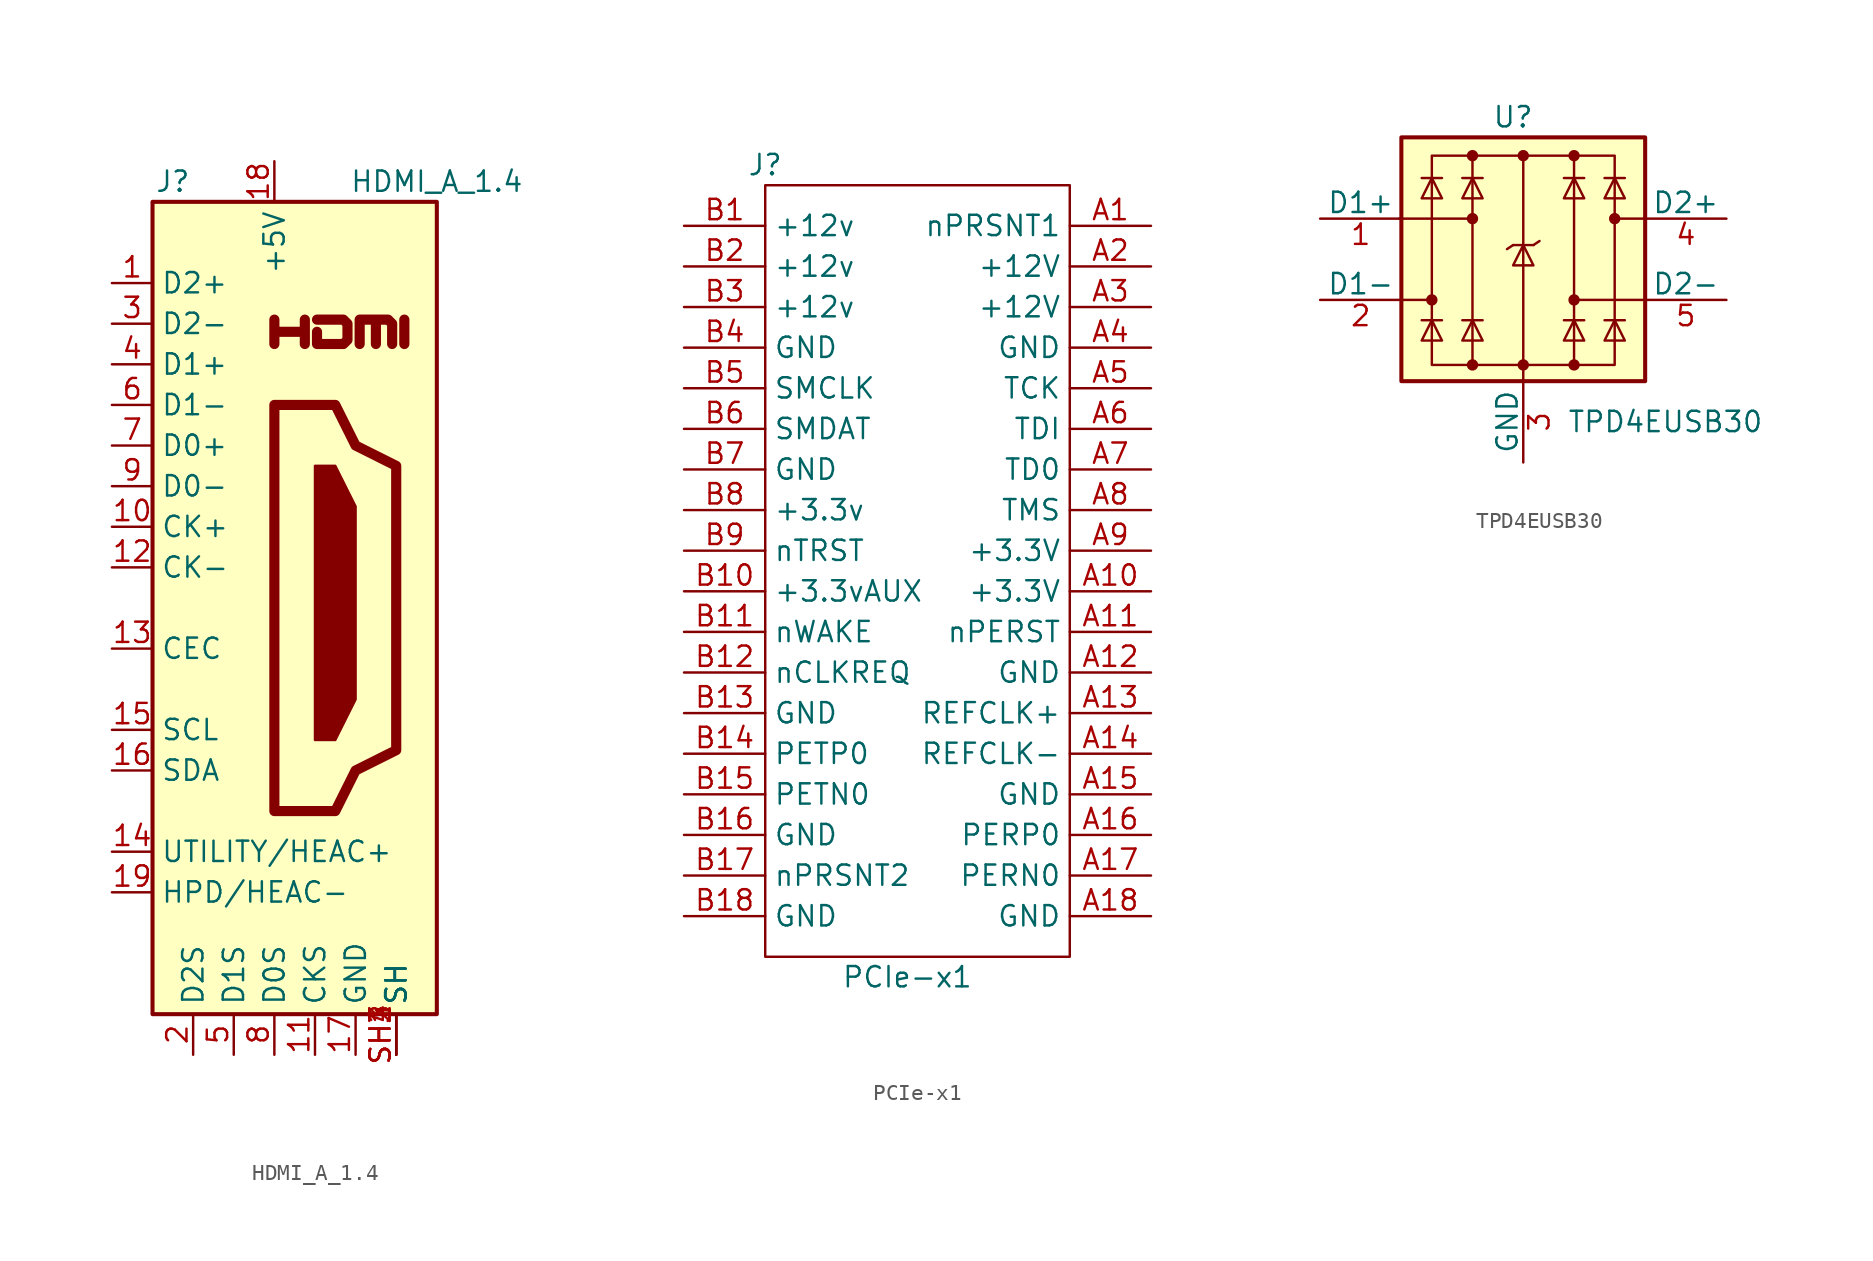
<source format=kicad_sym>
(kicad_symbol_lib
  (version 20201005)
  (generator kicad_symbol_editor)
  (symbol "ioboard:HDMI_A_1.4"
    (property "Reference" "J"
      (at -6.35 26.67 0)
      (effects (font (size 1.27 1.27))))
    (property "Value" "HDMI_A_1.4"
      (at 10.16 26.67 0)
      (effects (font (size 1.27 1.27))))
    (symbol "HDMI_A_1.4_0_0"
      (polyline (pts (xy 8.128 16.51) (xy 8.128 18.034)) (stroke (width 0.635)) (fill (type none)))
      (polyline (pts (xy 0 16.51) (xy 0 18.034) (xy 0 17.272) (xy 1.905 17.272) (xy 1.905 18.034) (xy 1.905 16.51)) (stroke (width 0.635)) (fill (type none)))
      (polyline (pts (xy 2.667 18.034) (xy 4.318 18.034) (xy 4.572 17.78) (xy 4.572 16.764) (xy 4.318 16.51) (xy 2.667 16.51) (xy 2.667 17.272)) (stroke (width 0.635)) (fill (type none)))
      (pin passive line (at 7.62 -27.94 90) (length 2.54) (name "SH" (effects (font (size 1.27 1.27)))) (number "SH2" (effects (font (size 1.27 1.27)))))
      (pin passive line (at 7.62 -27.94 90) (length 2.54) (name "SH" (effects (font (size 1.27 1.27)))) (number "SH3" (effects (font (size 1.27 1.27)))))
      (pin passive line (at 7.62 -27.94 90) (length 2.54) (name "SH" (effects (font (size 1.27 1.27)))) (number "SH4" (effects (font (size 1.27 1.27))))))
    (symbol "HDMI_A_1.4_0_1"
      (rectangle (start -7.62 25.4) (end 10.16 -25.4) (stroke (width 0.254)) (fill (type background)))
      (polyline (pts (xy 5.334 16.51) (xy 5.334 18.034) (xy 6.35 18.034) (xy 6.35 16.51) (xy 6.35 18.034) (xy 7.112 18.034) (xy 7.366 17.78) (xy 7.366 16.51)) (stroke (width 0.635)) (fill (type none)))
      (polyline (pts (xy 0 12.7) (xy 0 -12.7) (xy 3.81 -12.7) (xy 5.08 -10.16) (xy 7.62 -8.89) (xy 7.62 8.89) (xy 5.08 10.16) (xy 3.81 12.7) (xy 0 12.7)) (stroke (width 0.635)) (fill (type none)))
      (polyline (pts (xy 2.54 8.89) (xy 3.81 8.89) (xy 5.08 6.35) (xy 5.08 -5.715) (xy 3.81 -8.255) (xy 2.54 -8.255) (xy 2.54 8.89)) (stroke (width 0)) (fill (type outline))))
    (symbol "HDMI_A_1.4_1_1"
      (pin passive line (at -10.16 20.32 0) (length 2.54) (name "D2+" (effects (font (size 1.27 1.27)))) (number "1" (effects (font (size 1.27 1.27)))))
      (pin passive line (at -10.16 5.08 0) (length 2.54) (name "CK+" (effects (font (size 1.27 1.27)))) (number "10" (effects (font (size 1.27 1.27)))))
      (pin power_in line (at 2.54 -27.94 90) (length 2.54) (name "CKS" (effects (font (size 1.27 1.27)))) (number "11" (effects (font (size 1.27 1.27)))))
      (pin passive line (at -10.16 2.54 0) (length 2.54) (name "CK-" (effects (font (size 1.27 1.27)))) (number "12" (effects (font (size 1.27 1.27)))))
      (pin bidirectional line (at -10.16 -2.54 0) (length 2.54) (name "CEC" (effects (font (size 1.27 1.27)))) (number "13" (effects (font (size 1.27 1.27)))))
      (pin passive line (at -10.16 -15.24 0) (length 2.54) (name "UTILITY/HEAC+" (effects (font (size 1.27 1.27)))) (number "14" (effects (font (size 1.27 1.27)))))
      (pin passive line (at -10.16 -7.62 0) (length 2.54) (name "SCL" (effects (font (size 1.27 1.27)))) (number "15" (effects (font (size 1.27 1.27)))))
      (pin bidirectional line (at -10.16 -10.16 0) (length 2.54) (name "SDA" (effects (font (size 1.27 1.27)))) (number "16" (effects (font (size 1.27 1.27)))))
      (pin power_in line (at 5.08 -27.94 90) (length 2.54) (name "GND" (effects (font (size 1.27 1.27)))) (number "17" (effects (font (size 1.27 1.27)))))
      (pin power_in line (at 0 27.94 270) (length 2.54) (name "+5V" (effects (font (size 1.27 1.27)))) (number "18" (effects (font (size 1.27 1.27)))))
      (pin passive line (at -10.16 -17.78 0) (length 2.54) (name "HPD/HEAC-" (effects (font (size 1.27 1.27)))) (number "19" (effects (font (size 1.27 1.27)))))
      (pin power_in line (at -5.08 -27.94 90) (length 2.54) (name "D2S" (effects (font (size 1.27 1.27)))) (number "2" (effects (font (size 1.27 1.27)))))
      (pin passive line (at -10.16 17.78 0) (length 2.54) (name "D2-" (effects (font (size 1.27 1.27)))) (number "3" (effects (font (size 1.27 1.27)))))
      (pin passive line (at -10.16 15.24 0) (length 2.54) (name "D1+" (effects (font (size 1.27 1.27)))) (number "4" (effects (font (size 1.27 1.27)))))
      (pin power_in line (at -2.54 -27.94 90) (length 2.54) (name "D1S" (effects (font (size 1.27 1.27)))) (number "5" (effects (font (size 1.27 1.27)))))
      (pin passive line (at -10.16 12.7 0) (length 2.54) (name "D1-" (effects (font (size 1.27 1.27)))) (number "6" (effects (font (size 1.27 1.27)))))
      (pin passive line (at -10.16 10.16 0) (length 2.54) (name "D0+" (effects (font (size 1.27 1.27)))) (number "7" (effects (font (size 1.27 1.27)))))
      (pin power_in line (at 0 -27.94 90) (length 2.54) (name "D0S" (effects (font (size 1.27 1.27)))) (number "8" (effects (font (size 1.27 1.27)))))
      (pin passive line (at -10.16 7.62 0) (length 2.54) (name "D0-" (effects (font (size 1.27 1.27)))) (number "9" (effects (font (size 1.27 1.27)))))
      (pin passive line (at 7.62 -27.94 90) (length 2.54) (name "SH" (effects (font (size 1.27 1.27)))) (number "SH1" (effects (font (size 1.27 1.27)))))))
  (symbol "ioboard:PCIe-x1"
    (property "Reference" "J"
      (at -13.97 36.83 0)
      (effects (font (size 1.27 1.27))))
    (property "Value" "PCIe-x1"
      (at -5.08 -13.97 0)
      (effects (font (size 1.27 1.27))))
    (symbol "PCIe-x1_0_0"
      (pin passive line (at 10.16 33.02 180) (length 5.08) (name "nPRSNT1" (effects (font (size 1.27 1.27)))) (number "A1" (effects (font (size 1.27 1.27)))))
      (pin power_in line (at 10.16 10.16 180) (length 5.08) (name "+3.3V" (effects (font (size 1.27 1.27)))) (number "A10" (effects (font (size 1.27 1.27)))))
      (pin input line (at 10.16 7.62 180) (length 5.08) (name "nPERST" (effects (font (size 1.27 1.27)))) (number "A11" (effects (font (size 1.27 1.27)))))
      (pin power_in line (at 10.16 5.08 180) (length 5.08) (name "GND" (effects (font (size 1.27 1.27)))) (number "A12" (effects (font (size 1.27 1.27)))))
      (pin input line (at 10.16 2.54 180) (length 5.08) (name "REFCLK+" (effects (font (size 1.27 1.27)))) (number "A13" (effects (font (size 1.27 1.27)))))
      (pin input line (at 10.16 0 180) (length 5.08) (name "REFCLK-" (effects (font (size 1.27 1.27)))) (number "A14" (effects (font (size 1.27 1.27)))))
      (pin power_in line (at 10.16 -2.54 180) (length 5.08) (name "GND" (effects (font (size 1.27 1.27)))) (number "A15" (effects (font (size 1.27 1.27)))))
      (pin output line (at 10.16 -5.08 180) (length 5.08) (name "PERP0" (effects (font (size 1.27 1.27)))) (number "A16" (effects (font (size 1.27 1.27)))))
      (pin output line (at 10.16 -7.62 180) (length 5.08) (name "PERN0" (effects (font (size 1.27 1.27)))) (number "A17" (effects (font (size 1.27 1.27)))))
      (pin power_in line (at 10.16 -10.16 180) (length 5.08) (name "GND" (effects (font (size 1.27 1.27)))) (number "A18" (effects (font (size 1.27 1.27)))))
      (pin power_in line (at 10.16 30.48 180) (length 5.08) (name "+12V" (effects (font (size 1.27 1.27)))) (number "A2" (effects (font (size 1.27 1.27)))))
      (pin power_in line (at 10.16 27.94 180) (length 5.08) (name "+12V" (effects (font (size 1.27 1.27)))) (number "A3" (effects (font (size 1.27 1.27)))))
      (pin power_in line (at 10.16 25.4 180) (length 5.08) (name "GND" (effects (font (size 1.27 1.27)))) (number "A4" (effects (font (size 1.27 1.27)))))
      (pin input line (at 10.16 22.86 180) (length 5.08) (name "TCK" (effects (font (size 1.27 1.27)))) (number "A5" (effects (font (size 1.27 1.27)))))
      (pin input line (at 10.16 20.32 180) (length 5.08) (name "TDI" (effects (font (size 1.27 1.27)))) (number "A6" (effects (font (size 1.27 1.27)))))
      (pin output line (at 10.16 17.78 180) (length 5.08) (name "TD0" (effects (font (size 1.27 1.27)))) (number "A7" (effects (font (size 1.27 1.27)))))
      (pin input line (at 10.16 15.24 180) (length 5.08) (name "TMS" (effects (font (size 1.27 1.27)))) (number "A8" (effects (font (size 1.27 1.27)))))
      (pin power_in line (at 10.16 12.7 180) (length 5.08) (name "+3.3V" (effects (font (size 1.27 1.27)))) (number "A9" (effects (font (size 1.27 1.27)))))
      (pin power_in line (at -19.05 33.02 0) (length 5.08) (name "+12v" (effects (font (size 1.27 1.27)))) (number "B1" (effects (font (size 1.27 1.27)))))
      (pin power_in line (at -19.05 10.16 0) (length 5.08) (name "+3.3vAUX" (effects (font (size 1.27 1.27)))) (number "B10" (effects (font (size 1.27 1.27)))))
      (pin open_collector line (at -19.05 7.62 0) (length 5.08) (name "nWAKE" (effects (font (size 1.27 1.27)))) (number "B11" (effects (font (size 1.27 1.27)))))
      (pin open_collector line (at -19.05 5.08 0) (length 5.08) (name "nCLKREQ" (effects (font (size 1.27 1.27)))) (number "B12" (effects (font (size 1.27 1.27)))))
      (pin power_in line (at -19.05 2.54 0) (length 5.08) (name "GND" (effects (font (size 1.27 1.27)))) (number "B13" (effects (font (size 1.27 1.27)))))
      (pin input line (at -19.05 0 0) (length 5.08) (name "PETP0" (effects (font (size 1.27 1.27)))) (number "B14" (effects (font (size 1.27 1.27)))))
      (pin input line (at -19.05 -2.54 0) (length 5.08) (name "PETN0" (effects (font (size 1.27 1.27)))) (number "B15" (effects (font (size 1.27 1.27)))))
      (pin power_in line (at -19.05 -5.08 0) (length 5.08) (name "GND" (effects (font (size 1.27 1.27)))) (number "B16" (effects (font (size 1.27 1.27)))))
      (pin passive line (at -19.05 -7.62 0) (length 5.08) (name "nPRSNT2" (effects (font (size 1.27 1.27)))) (number "B17" (effects (font (size 1.27 1.27)))))
      (pin power_in line (at -19.05 -10.16 0) (length 5.08) (name "GND" (effects (font (size 1.27 1.27)))) (number "B18" (effects (font (size 1.27 1.27)))))
      (pin power_in line (at -19.05 30.48 0) (length 5.08) (name "+12v" (effects (font (size 1.27 1.27)))) (number "B2" (effects (font (size 1.27 1.27)))))
      (pin power_in line (at -19.05 27.94 0) (length 5.08) (name "+12v" (effects (font (size 1.27 1.27)))) (number "B3" (effects (font (size 1.27 1.27)))))
      (pin power_in line (at -19.05 25.4 0) (length 5.08) (name "GND" (effects (font (size 1.27 1.27)))) (number "B4" (effects (font (size 1.27 1.27)))))
      (pin passive line (at -19.05 22.86 0) (length 5.08) (name "SMCLK" (effects (font (size 1.27 1.27)))) (number "B5" (effects (font (size 1.27 1.27)))))
      (pin passive line (at -19.05 20.32 0) (length 5.08) (name "SMDAT" (effects (font (size 1.27 1.27)))) (number "B6" (effects (font (size 1.27 1.27)))))
      (pin power_in line (at -19.05 17.78 0) (length 5.08) (name "GND" (effects (font (size 1.27 1.27)))) (number "B7" (effects (font (size 1.27 1.27)))))
      (pin power_in line (at -19.05 15.24 0) (length 5.08) (name "+3.3v" (effects (font (size 1.27 1.27)))) (number "B8" (effects (font (size 1.27 1.27)))))
      (pin input line (at -19.05 12.7 0) (length 5.08) (name "nTRST" (effects (font (size 1.27 1.27)))) (number "B9" (effects (font (size 1.27 1.27))))))
    (symbol "PCIe-x1_0_1"
      (rectangle (start -13.97 35.56) (end 5.08 -12.7) (stroke (width 0)) (fill (type none)))))
  (symbol "ioboard:TPD4EUSB30"
    (pin_names
      (offset 0))
    (property "Reference" "U"
      (at -0.635 8.89 0)
      (effects (font (size 1.27 1.27))))
    (property "Value" "TPD4EUSB30"
      (at 8.89 -10.16 0)
      (effects (font (size 1.27 1.27))))
    (symbol "TPD4EUSB30_0_0"
      (rectangle (start -5.715 6.477) (end 5.715 -6.604) (stroke (width 0)) (fill (type none)))
      (polyline (pts (xy -3.175 -6.604) (xy -3.175 6.477)) (stroke (width 0)) (fill (type none)))
      (polyline (pts (xy 0 6.477) (xy 0 -6.604)) (stroke (width 0)) (fill (type none)))
      (polyline (pts (xy 3.175 6.477) (xy 3.175 -6.604)) (stroke (width 0)) (fill (type none))))
    (symbol "TPD4EUSB30_0_1"
      (circle (center -5.715 -2.54) (radius 0.279) (stroke (width 0)) (fill (type outline)))
      (circle (center -3.175 -6.604) (radius 0.279) (stroke (width 0)) (fill (type outline)))
      (circle (center -3.175 2.54) (radius 0.279) (stroke (width 0)) (fill (type outline)))
      (circle (center -3.175 6.477) (radius 0.279) (stroke (width 0)) (fill (type outline)))
      (circle (center 0 -6.604) (radius 0.279) (stroke (width 0)) (fill (type outline)))
      (circle (center 0 6.477) (radius 0.279) (stroke (width 0)) (fill (type outline)))
      (circle (center 3.175 -6.604) (radius 0.279) (stroke (width 0)) (fill (type outline)))
      (circle (center 3.175 -2.54) (radius 0.279) (stroke (width 0)) (fill (type outline)))
      (circle (center 3.175 6.477) (radius 0.279) (stroke (width 0)) (fill (type outline)))
      (circle (center 5.715 2.54) (radius 0.279) (stroke (width 0)) (fill (type outline)))
      (rectangle (start -7.62 7.62) (end 7.62 -7.62) (stroke (width 0.254)) (fill (type background)))
      (polyline (pts (xy -7.747 2.54) (xy -3.175 2.54)) (stroke (width 0)) (fill (type none)))
      (polyline (pts (xy -7.62 -2.54) (xy -5.715 -2.54)) (stroke (width 0)) (fill (type none)))
      (polyline (pts (xy -5.08 -3.81) (xy -6.35 -3.81)) (stroke (width 0)) (fill (type none)))
      (polyline (pts (xy -5.08 5.08) (xy -6.35 5.08)) (stroke (width 0)) (fill (type none)))
      (polyline (pts (xy -2.54 -3.81) (xy -3.81 -3.81)) (stroke (width 0)) (fill (type none)))
      (polyline (pts (xy -2.54 5.08) (xy -3.81 5.08)) (stroke (width 0)) (fill (type none)))
      (polyline (pts (xy -0.635 0.889) (xy -1.016 0.635)) (stroke (width 0)) (fill (type none)))
      (polyline (pts (xy 0 -6.604) (xy 0 -7.62)) (stroke (width 0)) (fill (type none)))
      (polyline (pts (xy 0.635 0.889) (xy -0.635 0.889)) (stroke (width 0)) (fill (type none)))
      (polyline (pts (xy 0.635 0.889) (xy 1.016 1.143)) (stroke (width 0)) (fill (type none)))
      (polyline (pts (xy 3.81 -3.81) (xy 2.54 -3.81)) (stroke (width 0)) (fill (type none)))
      (polyline (pts (xy 3.81 5.08) (xy 2.54 5.08)) (stroke (width 0)) (fill (type none)))
      (polyline (pts (xy 6.35 -3.81) (xy 5.08 -3.81)) (stroke (width 0)) (fill (type none)))
      (polyline (pts (xy 6.35 5.08) (xy 5.08 5.08)) (stroke (width 0)) (fill (type none)))
      (polyline (pts (xy 7.62 -2.54) (xy 3.175 -2.54)) (stroke (width 0)) (fill (type none)))
      (polyline (pts (xy 7.62 2.54) (xy 5.715 2.54)) (stroke (width 0)) (fill (type none)))
      (polyline (pts (xy -5.08 -5.08) (xy -6.35 -5.08) (xy -5.715 -3.81) (xy -5.08 -5.08)) (stroke (width 0)) (fill (type none)))
      (polyline (pts (xy -5.08 3.81) (xy -6.35 3.81) (xy -5.715 5.08) (xy -5.08 3.81)) (stroke (width 0)) (fill (type none)))
      (polyline (pts (xy -2.54 -5.08) (xy -3.81 -5.08) (xy -3.175 -3.81) (xy -2.54 -5.08)) (stroke (width 0)) (fill (type none)))
      (polyline (pts (xy -2.54 3.81) (xy -3.81 3.81) (xy -3.175 5.08) (xy -2.54 3.81)) (stroke (width 0)) (fill (type none)))
      (polyline (pts (xy 0.635 -0.381) (xy -0.635 -0.381) (xy 0 0.889) (xy 0.635 -0.381)) (stroke (width 0)) (fill (type none)))
      (polyline (pts (xy 3.81 -5.08) (xy 2.54 -5.08) (xy 3.175 -3.81) (xy 3.81 -5.08)) (stroke (width 0)) (fill (type none)))
      (polyline (pts (xy 3.81 3.81) (xy 2.54 3.81) (xy 3.175 5.08) (xy 3.81 3.81)) (stroke (width 0)) (fill (type none)))
      (polyline (pts (xy 6.35 -5.08) (xy 5.08 -5.08) (xy 5.715 -3.81) (xy 6.35 -5.08)) (stroke (width 0)) (fill (type none)))
      (polyline (pts (xy 6.35 3.81) (xy 5.08 3.81) (xy 5.715 5.08) (xy 6.35 3.81)) (stroke (width 0)) (fill (type none))))
    (symbol "TPD4EUSB30_1_1"
      (pin passive line (at -12.7 2.54 0) (length 5.08) (name "D1+" (effects (font (size 1.27 1.27)))) (number "1" (effects (font (size 1.27 1.27)))))
      (pin passive line (at -12.7 2.54 0) (length 5.08) hide (name "~" (effects (font (size 1.27 1.27)))) (number "10" (effects (font (size 1.27 1.27)))))
      (pin passive line (at -12.7 -2.54 0) (length 5.08) (name "D1-" (effects (font (size 1.27 1.27)))) (number "2" (effects (font (size 1.27 1.27)))))
      (pin power_in line (at 0 -12.7 90) (length 5.08) (name "GND" (effects (font (size 1.27 1.27)))) (number "3" (effects (font (size 1.27 1.27)))))
      (pin passive line (at 12.7 2.54 180) (length 5.08) (name "D2+" (effects (font (size 1.27 1.27)))) (number "4" (effects (font (size 1.27 1.27)))))
      (pin passive line (at 12.7 -2.54 180) (length 5.08) (name "D2-" (effects (font (size 1.27 1.27)))) (number "5" (effects (font (size 1.27 1.27)))))
      (pin passive line (at 12.7 -2.54 180) (length 5.08) hide (name "~" (effects (font (size 1.27 1.27)))) (number "6" (effects (font (size 1.27 1.27)))))
      (pin passive line (at 12.7 2.54 180) (length 5.08) hide (name "~" (effects (font (size 1.27 1.27)))) (number "7" (effects (font (size 1.27 1.27)))))
      (pin passive line (at 0 -12.7 90) (length 5.08) hide (name "GND" (effects (font (size 1.27 1.27)))) (number "8" (effects (font (size 1.27 1.27)))))
      (pin passive line (at -12.7 -2.54 0) (length 5.08) hide (name "~" (effects (font (size 1.27 1.27)))) (number "9" (effects (font (size 1.27 1.27))))))))
</source>
